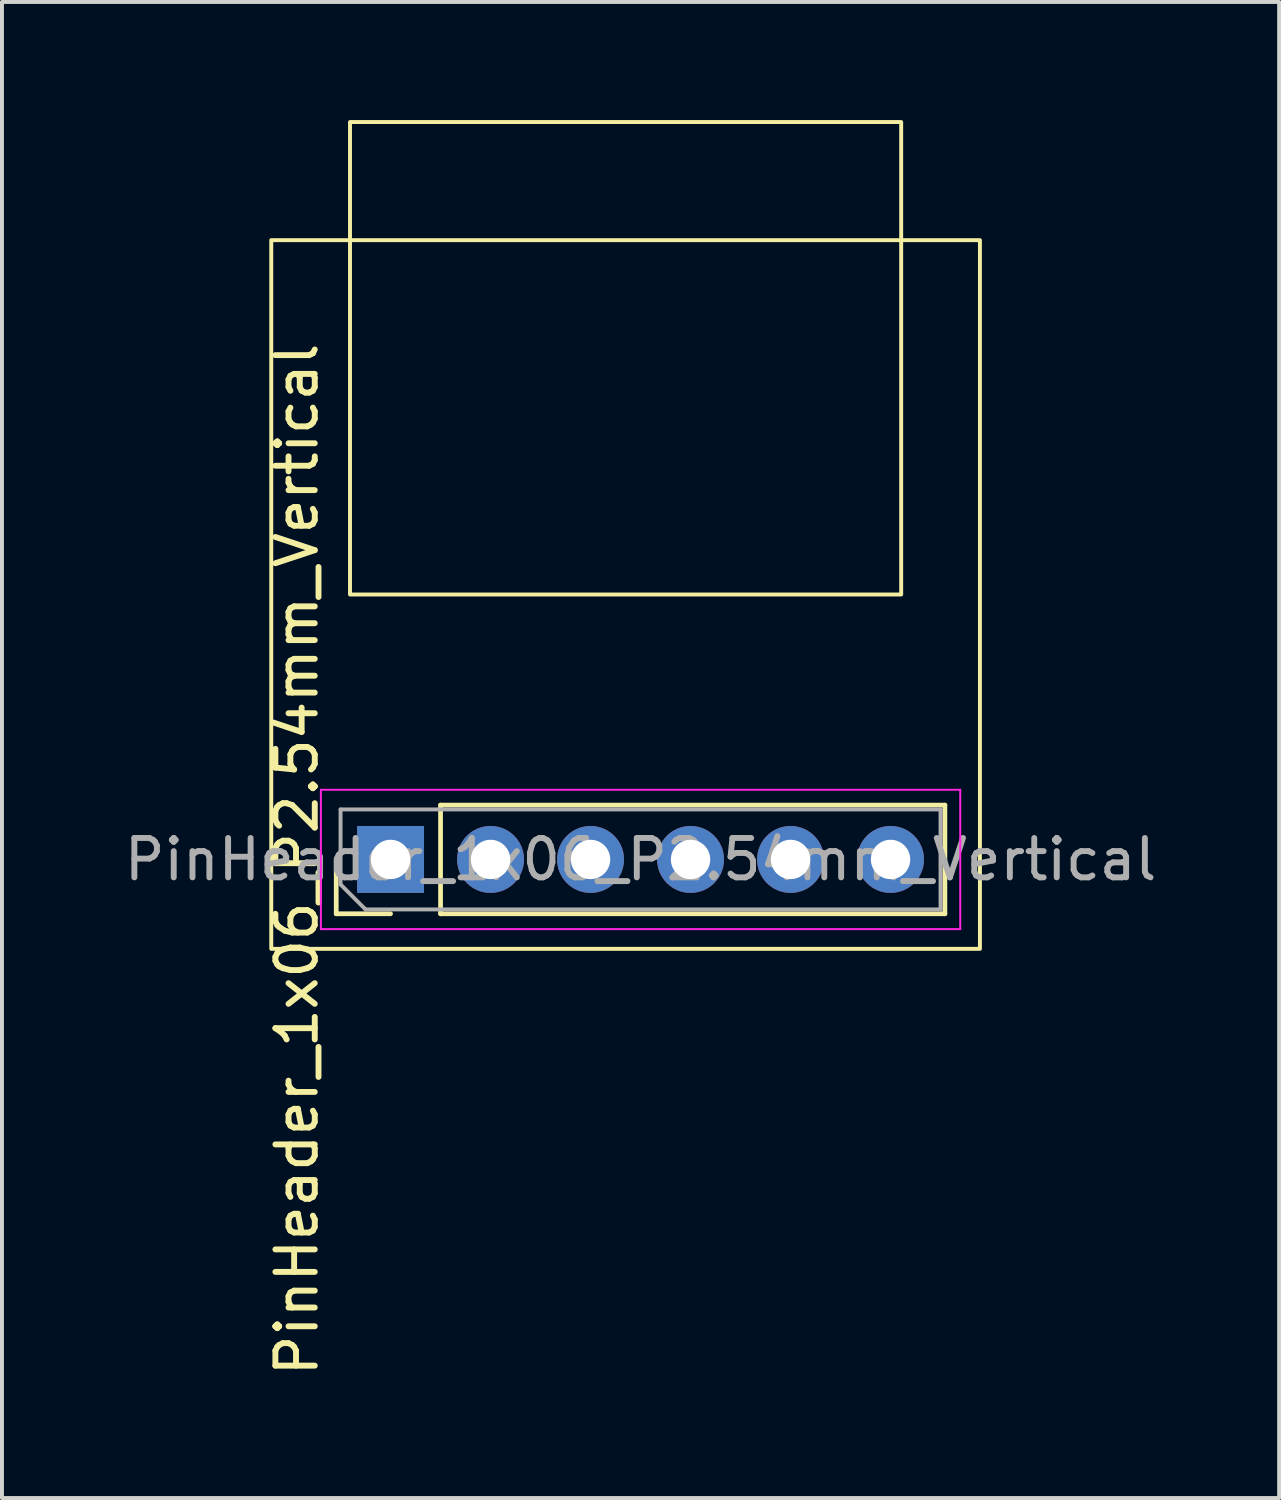
<source format=kicad_pcb>
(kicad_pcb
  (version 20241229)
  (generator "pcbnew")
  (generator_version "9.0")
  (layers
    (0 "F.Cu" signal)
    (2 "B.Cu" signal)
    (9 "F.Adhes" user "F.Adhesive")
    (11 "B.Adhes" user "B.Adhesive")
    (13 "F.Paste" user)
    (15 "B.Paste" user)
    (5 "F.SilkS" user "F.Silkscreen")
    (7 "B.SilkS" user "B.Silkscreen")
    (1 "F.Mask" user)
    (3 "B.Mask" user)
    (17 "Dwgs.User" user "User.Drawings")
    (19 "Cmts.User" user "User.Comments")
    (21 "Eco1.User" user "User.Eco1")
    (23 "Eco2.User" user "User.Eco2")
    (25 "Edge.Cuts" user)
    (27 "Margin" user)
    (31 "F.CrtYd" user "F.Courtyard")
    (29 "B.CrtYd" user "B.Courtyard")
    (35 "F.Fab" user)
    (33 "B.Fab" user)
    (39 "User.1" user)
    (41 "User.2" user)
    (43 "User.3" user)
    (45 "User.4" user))
  (footprint "PinHeader_1x06_P2.54mm_Vertical"
    (layer "F.Cu")
    (at 3.84 3.05)
    (property "Reference" "PinHeader_1x06_P2.54mm_Vertical" (at 0.65 15.73 90) (layer "F.SilkS") (effects (font (size 1 1) (thickness 0.15))))
    (attr through_hole)
    (fp_line (start 1.65 17.11) (end 1.65 15.73) (stroke (width 0.12) (type solid)) (layer "F.SilkS"))
    (fp_line (start 3.03 17.11) (end 1.65 17.11) (stroke (width 0.12) (type solid)) (layer "F.SilkS"))
    (fp_line (start 4.3 14.35) (end 17.11 14.35) (stroke (width 0.12) (type solid)) (layer "F.SilkS"))
    (fp_line (start 4.3 17.11) (end 4.3 14.35) (stroke (width 0.12) (type solid)) (layer "F.SilkS"))
    (fp_line (start 4.3 17.11) (end 17.11 17.11) (stroke (width 0.12) (type solid)) (layer "F.SilkS"))
    (fp_line (start 17.11 17.11) (end 17.11 14.35) (stroke (width 0.12) (type solid)) (layer "F.SilkS"))
    (fp_rect (start 0 0) (end 18 18) (stroke (width 0.1) (type solid)) (fill no) (layer "F.SilkS"))
    (fp_rect (start 2 -3) (end 16 9) (stroke (width 0.1) (type solid)) (fill no) (layer "F.SilkS"))
    (fp_line (start 1.26 13.96) (end 1.26 17.5) (stroke (width 0.05) (type solid)) (layer "F.CrtYd"))
    (fp_line (start 1.26 17.5) (end 17.5 17.5) (stroke (width 0.05) (type solid)) (layer "F.CrtYd"))
    (fp_line (start 17.5 13.96) (end 1.26 13.96) (stroke (width 0.05) (type solid)) (layer "F.CrtYd"))
    (fp_line (start 17.5 17.5) (end 17.5 13.96) (stroke (width 0.05) (type solid)) (layer "F.CrtYd"))
    (fp_line (start 1.76 14.46) (end 17 14.46) (stroke (width 0.1) (type solid)) (layer "F.Fab"))
    (fp_line (start 1.76 16.365) (end 1.76 14.46) (stroke (width 0.1) (type solid)) (layer "F.Fab"))
    (fp_line (start 2.395 17) (end 1.76 16.365) (stroke (width 0.1) (type solid)) (layer "F.Fab"))
    (fp_line (start 17 14.46) (end 17 17) (stroke (width 0.1) (type solid)) (layer "F.Fab"))
    (fp_line (start 17 17) (end 2.395 17) (stroke (width 0.1) (type solid)) (layer "F.Fab"))
    (fp_text user "${REFERENCE}" (at 9.38 15.73 180) (layer "F.Fab") (effects (font (size 1 1) (thickness 0.15))))
    (pad "1" thru_hole rect (at 3.03 15.73 90) (size 1.7 1.7) (drill 1) (layers "*.Cu" "*.Mask"))
    (pad "2" thru_hole circle (at 5.57 15.73 90) (size 1.7 1.7) (drill 1) (layers "*.Cu" "*.Mask"))
    (pad "3" thru_hole circle (at 8.11 15.73 90) (size 1.7 1.7) (drill 1) (layers "*.Cu" "*.Mask"))
    (pad "4" thru_hole circle (at 10.65 15.73 90) (size 1.7 1.7) (drill 1) (layers "*.Cu" "*.Mask"))
    (pad "5" thru_hole circle (at 13.19 15.73 90) (size 1.7 1.7) (drill 1) (layers "*.Cu" "*.Mask"))
    (pad "6" thru_hole circle (at 15.73 15.73 90) (size 1.7 1.7) (drill 1) (layers "*.Cu" "*.Mask")))
  (gr_rect
    (start -3 -3)
    (end 29.44 35)
    (stroke (width 0.1) (type default))
    (fill no)
    (layer "Edge.Cuts")))
</source>
